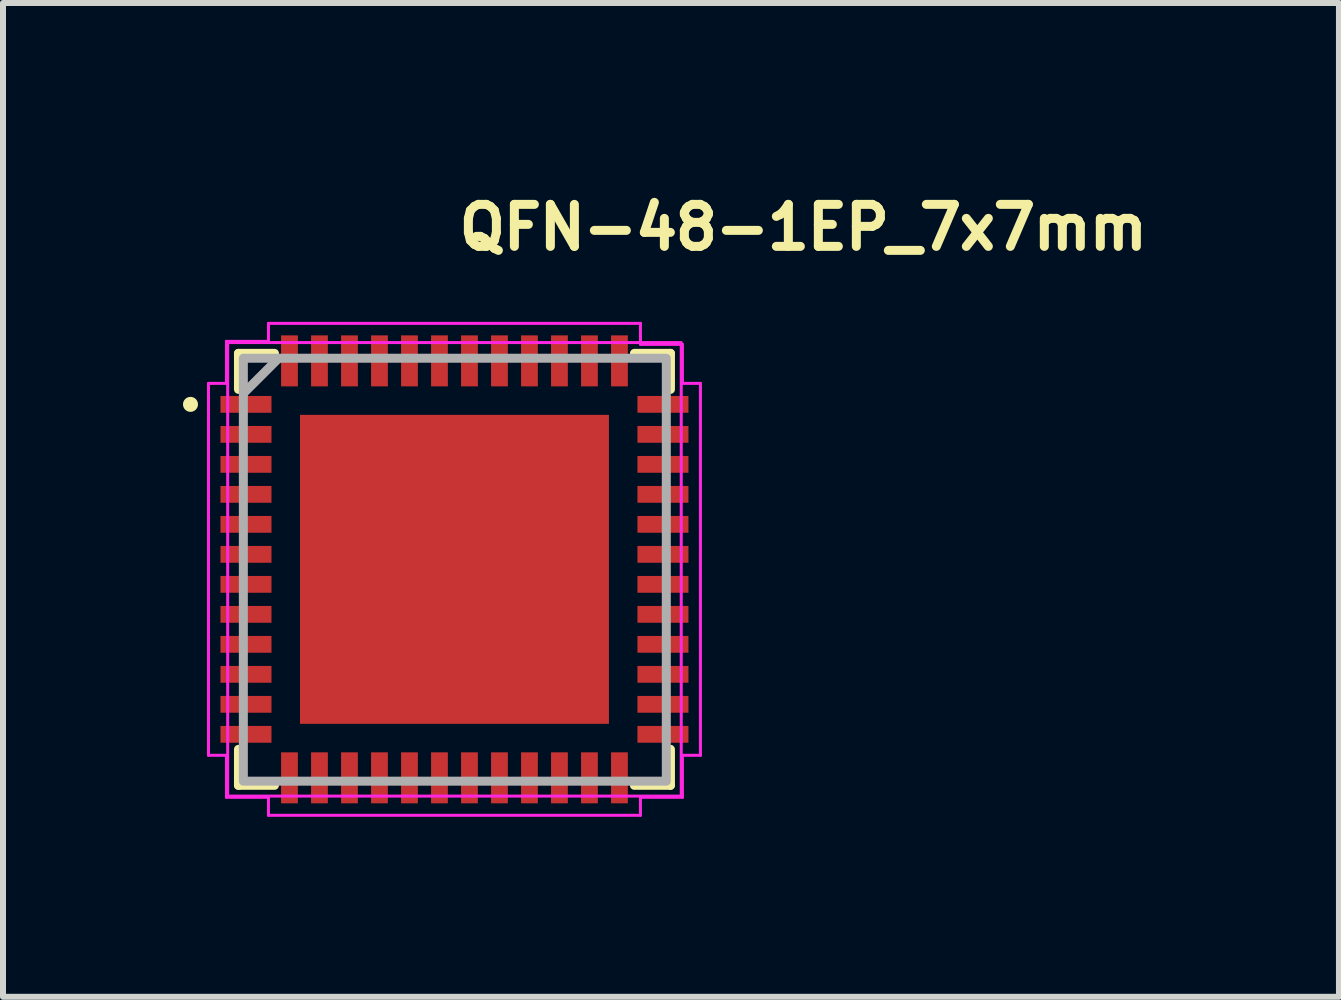
<source format=kicad_pcb>
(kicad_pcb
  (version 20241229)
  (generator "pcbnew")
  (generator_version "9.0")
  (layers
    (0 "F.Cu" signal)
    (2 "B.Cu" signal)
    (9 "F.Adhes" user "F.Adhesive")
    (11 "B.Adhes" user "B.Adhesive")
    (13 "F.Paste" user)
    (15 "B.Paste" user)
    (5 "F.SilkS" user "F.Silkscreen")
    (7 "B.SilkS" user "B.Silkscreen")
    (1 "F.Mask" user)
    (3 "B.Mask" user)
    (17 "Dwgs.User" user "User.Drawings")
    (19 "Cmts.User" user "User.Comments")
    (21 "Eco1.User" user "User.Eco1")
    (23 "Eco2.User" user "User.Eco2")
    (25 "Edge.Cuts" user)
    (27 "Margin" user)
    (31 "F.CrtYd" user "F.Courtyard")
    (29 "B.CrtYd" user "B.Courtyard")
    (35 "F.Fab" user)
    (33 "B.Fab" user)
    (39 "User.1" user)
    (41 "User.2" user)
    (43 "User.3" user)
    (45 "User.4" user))
  (footprint "QFN-48-1EP_7x7mm"
    (layer "F.Cu")
    (at 4.525 6.44)
    (property "Reference" "QFN-48-1EP_7x7mm" (at 0 -5.29 0) (layer "F.SilkS") (effects (font (size 0.7 0.7) (thickness 0.15)) (justify left bottom)))
    (attr smd)
    (fp_line (start -3.6 -3.6) (end -3.6 -3) (stroke (width 0.15) (type solid)) (layer "F.SilkS"))
    (fp_line (start -3.6 3) (end -3.6 3.6) (stroke (width 0.15) (type solid)) (layer "F.SilkS"))
    (fp_line (start -3.6 3.6) (end -3 3.6) (stroke (width 0.15) (type solid)) (layer "F.SilkS"))
    (fp_line (start -3 -3.6) (end -3.6 -3.6) (stroke (width 0.15) (type solid)) (layer "F.SilkS"))
    (fp_line (start 3.6 -3.6) (end 3 -3.6) (stroke (width 0.15) (type solid)) (layer "F.SilkS"))
    (fp_line (start 3.6 -3) (end 3.6 -3.6) (stroke (width 0.15) (type solid)) (layer "F.SilkS"))
    (fp_line (start 3.6 3) (end 3.6 3.6) (stroke (width 0.15) (type solid)) (layer "F.SilkS"))
    (fp_line (start 3.6 3.6) (end 2.999 3.6) (stroke (width 0.15) (type solid)) (layer "F.SilkS"))
    (fp_circle (center -4.4 -2.75) (end -4.35 -2.75) (stroke (width 0.15) (type solid)) (fill yes) (layer "F.SilkS"))
    (fp_line (start -4.1 -3.1) (end -4.1 3.1) (stroke (width 0.05) (type solid)) (layer "F.CrtYd"))
    (fp_line (start -4.1 3.1) (end -3.8 3.1) (stroke (width 0.05) (type solid)) (layer "F.CrtYd"))
    (fp_line (start -4.05 -3.1) (end -4.1 -3.1) (stroke (width 0.05) (type solid)) (layer "F.CrtYd"))
    (fp_line (start -3.8 -3.8) (end -3.8 -3.1) (stroke (width 0.05) (type solid)) (layer "F.CrtYd"))
    (fp_line (start -3.8 -3.1) (end -4.05 -3.1) (stroke (width 0.05) (type solid)) (layer "F.CrtYd"))
    (fp_line (start -3.8 3.1) (end -3.8 3.8) (stroke (width 0.05) (type solid)) (layer "F.CrtYd"))
    (fp_line (start -3.8 3.8) (end -3.1 3.8) (stroke (width 0.05) (type solid)) (layer "F.CrtYd"))
    (fp_line (start -3.1 -4.1) (end -3.1 -3.8) (stroke (width 0.05) (type solid)) (layer "F.CrtYd"))
    (fp_line (start -3.1 -3.8) (end -3.8 -3.8) (stroke (width 0.05) (type solid)) (layer "F.CrtYd"))
    (fp_line (start -3.1 3.8) (end -3.1 4.1) (stroke (width 0.05) (type solid)) (layer "F.CrtYd"))
    (fp_line (start -3.1 4.1) (end 3.1 4.1) (stroke (width 0.05) (type solid)) (layer "F.CrtYd"))
    (fp_line (start 3.1 -4.1) (end -3.1 -4.1) (stroke (width 0.05) (type solid)) (layer "F.CrtYd"))
    (fp_line (start 3.1 -3.75) (end 3.1 -4.1) (stroke (width 0.05) (type solid)) (layer "F.CrtYd"))
    (fp_line (start 3.1 3.8) (end 3.8 3.8) (stroke (width 0.05) (type solid)) (layer "F.CrtYd"))
    (fp_line (start 3.1 4.1) (end 3.1 3.8) (stroke (width 0.05) (type solid)) (layer "F.CrtYd"))
    (fp_line (start 3.8 -3.75) (end 3.1 -3.75) (stroke (width 0.05) (type solid)) (layer "F.CrtYd"))
    (fp_line (start 3.8 -3.1) (end 3.8 -3.75) (stroke (width 0.05) (type solid)) (layer "F.CrtYd"))
    (fp_line (start 3.8 3.1) (end 4.1 3.1) (stroke (width 0.05) (type solid)) (layer "F.CrtYd"))
    (fp_line (start 3.8 3.8) (end 3.8 3.1) (stroke (width 0.05) (type solid)) (layer "F.CrtYd"))
    (fp_line (start 4.1 -3.1) (end 3.8 -3.1) (stroke (width 0.05) (type solid)) (layer "F.CrtYd"))
    (fp_line (start 4.1 3.1) (end 4.1 -3.1) (stroke (width 0.05) (type solid)) (layer "F.CrtYd"))
    (fp_rect (start -3.78 -3.78) (end 3.78 3.78) (stroke (width 0.05) (type solid)) (fill no) (layer "F.CrtYd"))
    (fp_line (start -2.95 -3.5) (end -3.5 -2.95) (stroke (width 0.15) (type solid)) (layer "F.Fab"))
    (fp_rect (start 3.531 3.531) (end -3.519 -3.519) (stroke (width 0.15) (type solid)) (fill no) (layer "F.Fab"))
    (fp_rect (start -3.532 -3.532) (end 3.531 3.531) (stroke (width 0.1) (type solid)) (fill no) (layer "User.5"))
    (fp_line (start -3.532 -3.532) (end -3.532 3.531) (stroke (width 0.02) (type solid)) (layer "User.9"))
    (fp_line (start -3.532 3.531) (end 3.531 3.531) (stroke (width 0.02) (type solid)) (layer "User.9"))
    (fp_line (start 3.531 -3.532) (end -3.532 -3.532) (stroke (width 0.02) (type solid)) (layer "User.9"))
    (fp_line (start 3.531 3.531) (end 3.531 -3.532) (stroke (width 0.02) (type solid)) (layer "User.9"))
    (fp_circle (center -2.825 -2.756) (end -2.649 -2.756) (stroke (width 0.02) (type solid)) (fill no) (layer "User.9"))
    (pad "" smd roundrect (at -1.6 -1.6) (size 1.4 1.4) (layers "F.Paste") (roundrect_rratio 0.05))
    (pad "" smd roundrect (at -1.6 0) (size 1.4 1.4) (layers "F.Paste") (roundrect_rratio 0.05))
    (pad "" smd roundrect (at -1.6 1.6) (size 1.4 1.4) (layers "F.Paste") (roundrect_rratio 0.05))
    (pad "" smd roundrect (at 0 -1.6) (size 1.4 1.4) (layers "F.Paste") (roundrect_rratio 0.05))
    (pad "" smd roundrect (at 0 0) (size 1.4 1.4) (layers "F.Paste") (roundrect_rratio 0.05))
    (pad "" smd roundrect (at 0 1.6) (size 1.4 1.4) (layers "F.Paste") (roundrect_rratio 0.05))
    (pad "" smd roundrect (at 1.6 -1.6) (size 1.4 1.4) (layers "F.Paste") (roundrect_rratio 0.05))
    (pad "" smd roundrect (at 1.6 0) (size 1.4 1.4) (layers "F.Paste") (roundrect_rratio 0.05))
    (pad "" smd roundrect (at 1.6 1.6) (size 1.4 1.4) (layers "F.Paste") (roundrect_rratio 0.05))
    (pad "1" smd rect (at -3.475 -2.75) (size 0.85 0.28) (layers "F.Cu" "F.Mask" "F.Paste"))
    (pad "2" smd rect (at -3.475 -2.25) (size 0.85 0.28) (layers "F.Cu" "F.Mask" "F.Paste"))
    (pad "3" smd rect (at -3.475 -1.75) (size 0.85 0.28) (layers "F.Cu" "F.Mask" "F.Paste"))
    (pad "4" smd rect (at -3.475 -1.25) (size 0.85 0.28) (layers "F.Cu" "F.Mask" "F.Paste"))
    (pad "5" smd rect (at -3.475 -0.75) (size 0.85 0.28) (layers "F.Cu" "F.Mask" "F.Paste"))
    (pad "6" smd rect (at -3.475 -0.25) (size 0.85 0.28) (layers "F.Cu" "F.Mask" "F.Paste"))
    (pad "7" smd rect (at -3.475 0.25) (size 0.85 0.28) (layers "F.Cu" "F.Mask" "F.Paste"))
    (pad "8" smd rect (at -3.475 0.75) (size 0.85 0.28) (layers "F.Cu" "F.Mask" "F.Paste"))
    (pad "9" smd rect (at -3.475 1.25) (size 0.85 0.28) (layers "F.Cu" "F.Mask" "F.Paste"))
    (pad "10" smd rect (at -3.475 1.75) (size 0.85 0.28) (layers "F.Cu" "F.Mask" "F.Paste"))
    (pad "11" smd rect (at -3.475 2.25) (size 0.85 0.28) (layers "F.Cu" "F.Mask" "F.Paste"))
    (pad "12" smd rect (at -3.475 2.75) (size 0.85 0.28) (layers "F.Cu" "F.Mask" "F.Paste"))
    (pad "13" smd rect (at -2.75 3.475) (size 0.28 0.85) (layers "F.Cu" "F.Mask" "F.Paste"))
    (pad "14" smd rect (at -2.25 3.475) (size 0.28 0.85) (layers "F.Cu" "F.Mask" "F.Paste"))
    (pad "15" smd rect (at -1.75 3.475) (size 0.28 0.85) (layers "F.Cu" "F.Mask" "F.Paste"))
    (pad "16" smd rect (at -1.25 3.475) (size 0.28 0.85) (layers "F.Cu" "F.Mask" "F.Paste"))
    (pad "17" smd rect (at -0.75 3.475) (size 0.28 0.85) (layers "F.Cu" "F.Mask" "F.Paste"))
    (pad "18" smd rect (at -0.25 3.475) (size 0.28 0.85) (layers "F.Cu" "F.Mask" "F.Paste"))
    (pad "19" smd rect (at 0.25 3.475) (size 0.28 0.85) (layers "F.Cu" "F.Mask" "F.Paste"))
    (pad "20" smd rect (at 0.75 3.475) (size 0.28 0.85) (layers "F.Cu" "F.Mask" "F.Paste"))
    (pad "21" smd rect (at 1.25 3.475) (size 0.28 0.85) (layers "F.Cu" "F.Mask" "F.Paste"))
    (pad "22" smd rect (at 1.75 3.475) (size 0.28 0.85) (layers "F.Cu" "F.Mask" "F.Paste"))
    (pad "23" smd rect (at 2.25 3.475) (size 0.28 0.85) (layers "F.Cu" "F.Mask" "F.Paste"))
    (pad "24" smd rect (at 2.75 3.475) (size 0.28 0.85) (layers "F.Cu" "F.Mask" "F.Paste"))
    (pad "25" smd rect (at 3.475 2.75) (size 0.85 0.28) (layers "F.Cu" "F.Mask" "F.Paste"))
    (pad "26" smd rect (at 3.475 2.25) (size 0.85 0.28) (layers "F.Cu" "F.Mask" "F.Paste"))
    (pad "27" smd rect (at 3.475 1.75) (size 0.85 0.28) (layers "F.Cu" "F.Mask" "F.Paste"))
    (pad "28" smd rect (at 3.475 1.25) (size 0.85 0.28) (layers "F.Cu" "F.Mask" "F.Paste"))
    (pad "29" smd rect (at 3.475 0.75) (size 0.85 0.28) (layers "F.Cu" "F.Mask" "F.Paste"))
    (pad "30" smd rect (at 3.475 0.25) (size 0.85 0.28) (layers "F.Cu" "F.Mask" "F.Paste"))
    (pad "31" smd rect (at 3.475 -0.25) (size 0.85 0.28) (layers "F.Cu" "F.Mask" "F.Paste"))
    (pad "32" smd rect (at 3.475 -0.75) (size 0.85 0.28) (layers "F.Cu" "F.Mask" "F.Paste"))
    (pad "33" smd rect (at 3.475 -1.25) (size 0.85 0.28) (layers "F.Cu" "F.Mask" "F.Paste"))
    (pad "34" smd rect (at 3.475 -1.75) (size 0.85 0.28) (layers "F.Cu" "F.Mask" "F.Paste"))
    (pad "35" smd rect (at 3.475 -2.25) (size 0.85 0.28) (layers "F.Cu" "F.Mask" "F.Paste"))
    (pad "36" smd rect (at 3.475 -2.75) (size 0.85 0.28) (layers "F.Cu" "F.Mask" "F.Paste"))
    (pad "37" smd rect (at 2.75 -3.475) (size 0.28 0.85) (layers "F.Cu" "F.Mask" "F.Paste"))
    (pad "38" smd rect (at 2.25 -3.475) (size 0.28 0.85) (layers "F.Cu" "F.Mask" "F.Paste"))
    (pad "39" smd rect (at 1.75 -3.475) (size 0.28 0.85) (layers "F.Cu" "F.Mask" "F.Paste"))
    (pad "40" smd rect (at 1.25 -3.475) (size 0.28 0.85) (layers "F.Cu" "F.Mask" "F.Paste"))
    (pad "41" smd rect (at 0.75 -3.475) (size 0.28 0.85) (layers "F.Cu" "F.Mask" "F.Paste"))
    (pad "42" smd rect (at 0.25 -3.475) (size 0.28 0.85) (layers "F.Cu" "F.Mask" "F.Paste"))
    (pad "43" smd rect (at -0.25 -3.475) (size 0.28 0.85) (layers "F.Cu" "F.Mask" "F.Paste"))
    (pad "44" smd rect (at -0.75 -3.475) (size 0.28 0.85) (layers "F.Cu" "F.Mask" "F.Paste"))
    (pad "45" smd rect (at -1.25 -3.475) (size 0.28 0.85) (layers "F.Cu" "F.Mask" "F.Paste"))
    (pad "46" smd rect (at -1.75 -3.475) (size 0.28 0.85) (layers "F.Cu" "F.Mask" "F.Paste"))
    (pad "47" smd rect (at -2.25 -3.475) (size 0.28 0.85) (layers "F.Cu" "F.Mask" "F.Paste"))
    (pad "48" smd rect (at -2.75 -3.475) (size 0.28 0.85) (layers "F.Cu" "F.Mask" "F.Paste"))
    (pad "49" smd rect (at 0 0) (size 5.15 5.15) (layers "F.Cu" "F.Mask")))
  (gr_rect
    (start -3 -3)
    (end 19.268 13.565)
    (stroke (width 0.1) (type default))
    (fill no)
    (layer "Edge.Cuts")))
</source>
